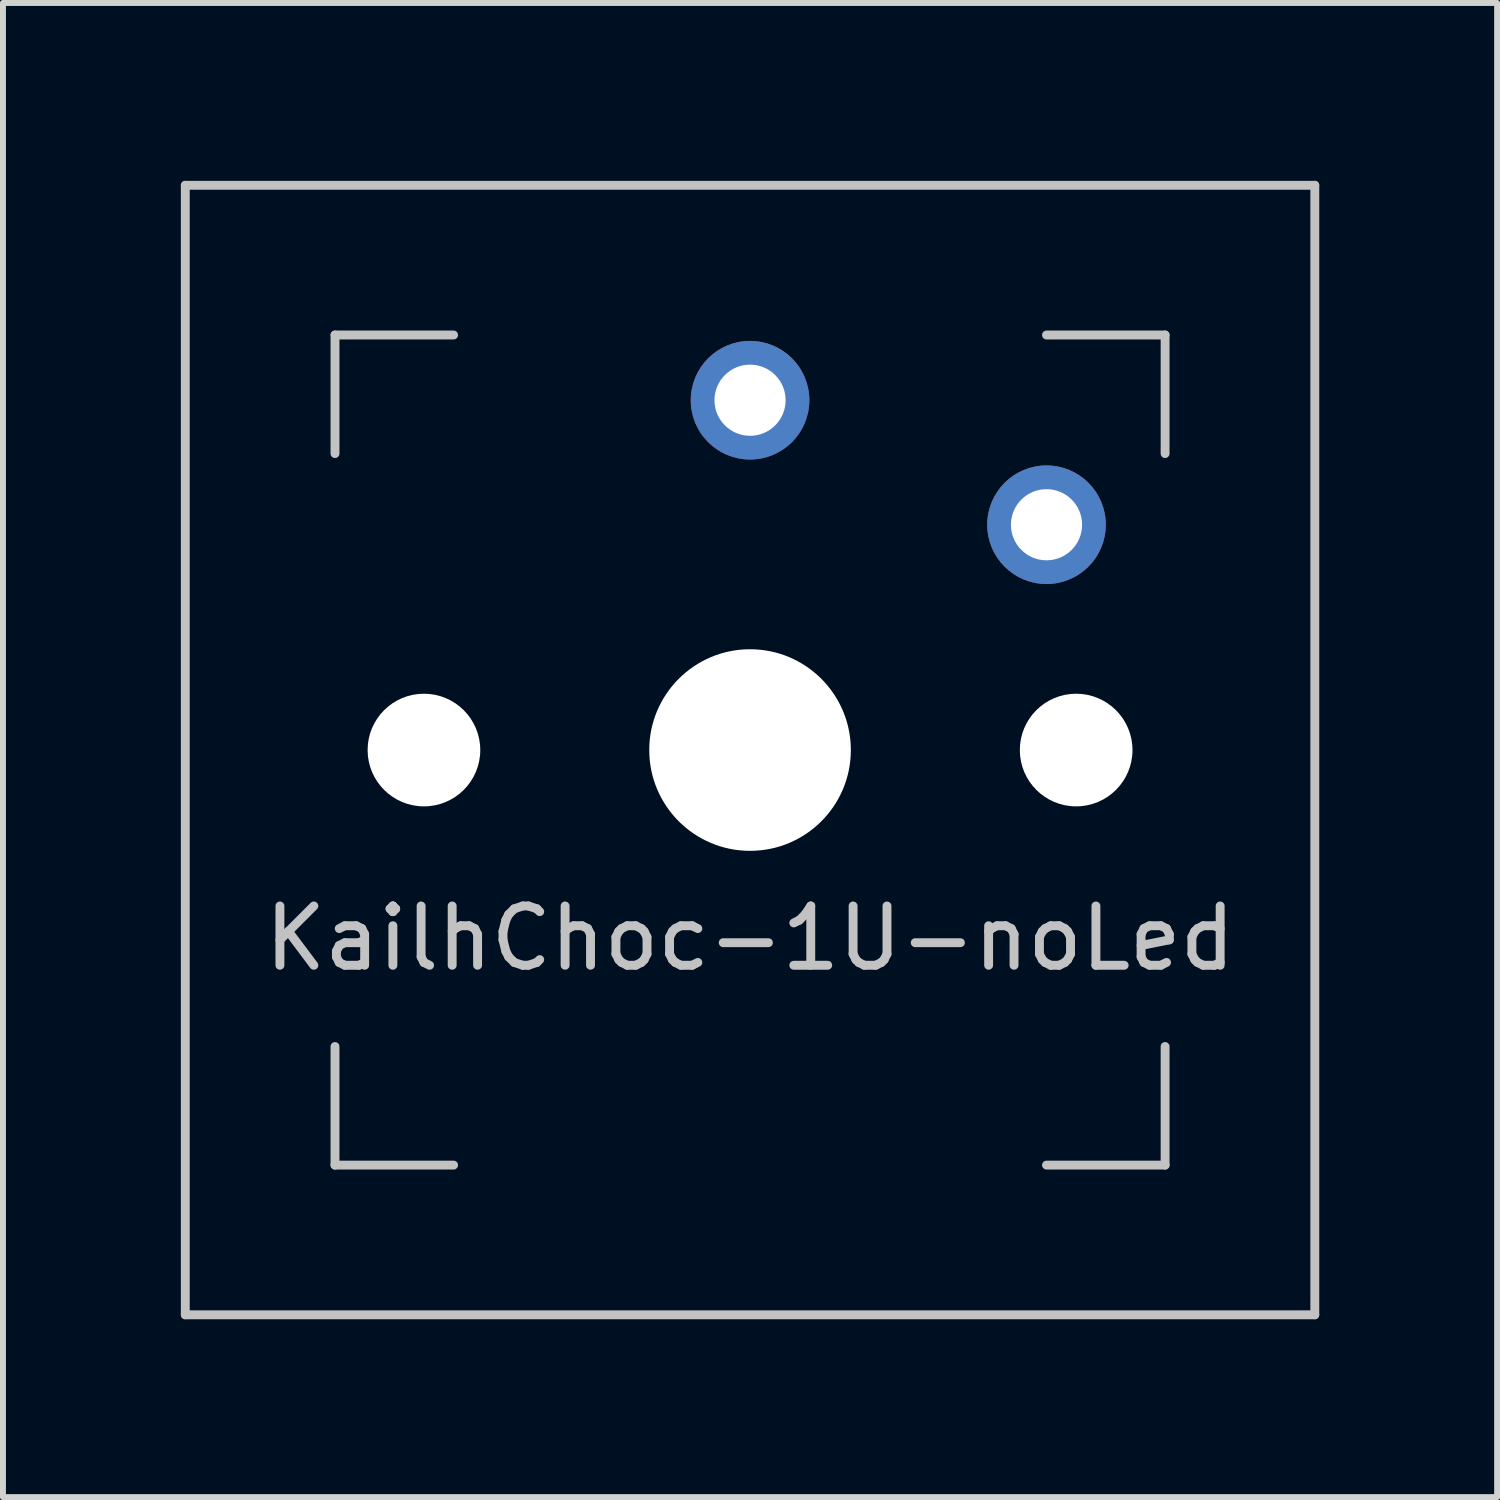
<source format=kicad_pcb>
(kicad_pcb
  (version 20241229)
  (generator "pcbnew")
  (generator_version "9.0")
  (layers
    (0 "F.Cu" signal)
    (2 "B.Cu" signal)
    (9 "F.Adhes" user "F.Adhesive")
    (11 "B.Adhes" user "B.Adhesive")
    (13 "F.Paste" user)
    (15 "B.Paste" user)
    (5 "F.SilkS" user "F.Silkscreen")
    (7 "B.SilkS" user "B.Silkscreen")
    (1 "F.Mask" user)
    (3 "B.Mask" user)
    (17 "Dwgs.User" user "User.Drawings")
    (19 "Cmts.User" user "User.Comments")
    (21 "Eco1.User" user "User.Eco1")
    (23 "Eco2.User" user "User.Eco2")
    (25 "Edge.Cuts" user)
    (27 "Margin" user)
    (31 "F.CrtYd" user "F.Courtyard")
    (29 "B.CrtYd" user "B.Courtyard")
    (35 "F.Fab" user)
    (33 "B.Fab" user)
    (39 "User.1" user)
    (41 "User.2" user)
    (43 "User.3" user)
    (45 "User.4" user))
  (footprint "KailhChoc-1U-noLed"
    (layer "F.Cu")
    (at 9.6 9.6)
    (property "Reference" "KailhChoc-1U-noLed" (at 0 3.175 0) (layer "Dwgs.User") (effects (font (size 1 1) (thickness 0.15))))
    (attr through_hole)
    (fp_line (start -9.525 -9.525) (end 9.525 -9.525) (stroke (width 0.15) (type solid)) (layer "Dwgs.User"))
    (fp_line (start -9.525 9.525) (end -9.525 -9.525) (stroke (width 0.15) (type solid)) (layer "Dwgs.User"))
    (fp_line (start -7 -7) (end -7 -5) (stroke (width 0.15) (type solid)) (layer "Dwgs.User"))
    (fp_line (start -7 5) (end -7 7) (stroke (width 0.15) (type solid)) (layer "Dwgs.User"))
    (fp_line (start -7 7) (end -5 7) (stroke (width 0.15) (type solid)) (layer "Dwgs.User"))
    (fp_line (start -5 -7) (end -7 -7) (stroke (width 0.15) (type solid)) (layer "Dwgs.User"))
    (fp_line (start 5 -7) (end 7 -7) (stroke (width 0.15) (type solid)) (layer "Dwgs.User"))
    (fp_line (start 5 7) (end 7 7) (stroke (width 0.15) (type solid)) (layer "Dwgs.User"))
    (fp_line (start 7 -7) (end 7 -5) (stroke (width 0.15) (type solid)) (layer "Dwgs.User"))
    (fp_line (start 7 7) (end 7 5) (stroke (width 0.15) (type solid)) (layer "Dwgs.User"))
    (fp_line (start 9.525 -9.525) (end 9.525 9.525) (stroke (width 0.15) (type solid)) (layer "Dwgs.User"))
    (fp_line (start 9.525 9.525) (end -9.525 9.525) (stroke (width 0.15) (type solid)) (layer "Dwgs.User"))
    (pad "" np_thru_hole circle (at -5.5 0 48.1) (size 1.9 1.9) (drill 1.9) (layers "*.Cu" "*.Mask"))
    (pad "" np_thru_hole circle (at 0 0) (size 3.4 3.4) (drill 3.4) (layers "*.Cu" "*.Mask"))
    (pad "" np_thru_hole circle (at 5.5 0 48.1) (size 1.9 1.9) (drill 1.9) (layers "*.Cu" "*.Mask"))
    (pad "1" thru_hole circle (at 5 -3.8) (size 2 2) (drill 1.2) (layers "*.Cu" "B.Mask"))
    (pad "2" thru_hole circle (at 0 -5.9) (size 2 2) (drill 1.2) (layers "*.Cu" "B.Mask")))
  (gr_rect
    (start -3 -3)
    (end 22.2 22.2)
    (stroke (width 0.1) (type default))
    (fill no)
    (layer "Edge.Cuts")))
</source>
